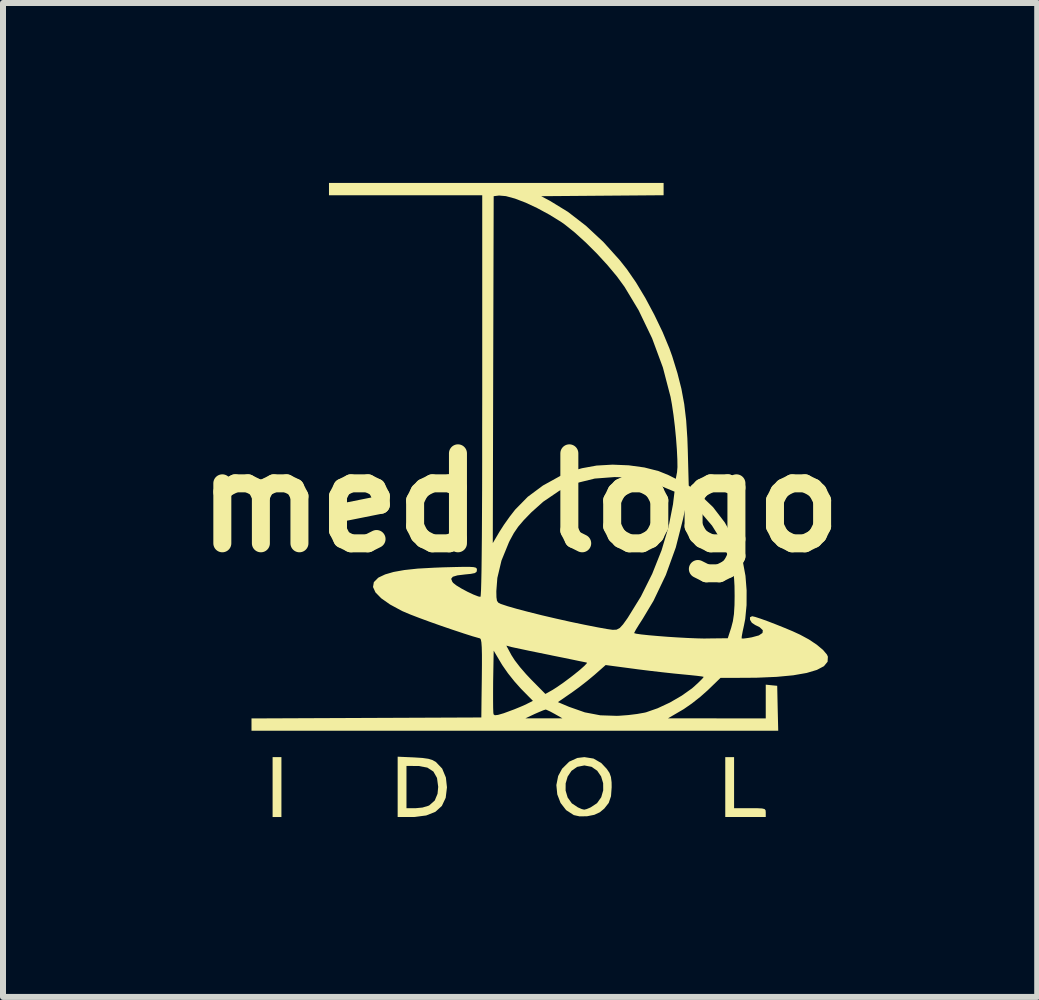
<source format=kicad_pcb>
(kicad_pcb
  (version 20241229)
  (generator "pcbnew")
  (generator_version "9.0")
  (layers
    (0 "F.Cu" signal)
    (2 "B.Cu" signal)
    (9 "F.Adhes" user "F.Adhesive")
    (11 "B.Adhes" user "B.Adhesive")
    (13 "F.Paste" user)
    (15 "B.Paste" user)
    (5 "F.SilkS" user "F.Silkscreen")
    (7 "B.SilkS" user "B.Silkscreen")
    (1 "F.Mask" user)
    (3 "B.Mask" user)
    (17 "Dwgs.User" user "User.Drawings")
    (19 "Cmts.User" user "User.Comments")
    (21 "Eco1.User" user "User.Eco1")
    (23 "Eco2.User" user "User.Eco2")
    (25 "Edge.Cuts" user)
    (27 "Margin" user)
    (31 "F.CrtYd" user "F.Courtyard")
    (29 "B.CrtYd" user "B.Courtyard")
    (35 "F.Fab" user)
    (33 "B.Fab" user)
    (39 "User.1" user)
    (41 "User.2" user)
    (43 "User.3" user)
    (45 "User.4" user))
  (footprint "med logo"
    (layer "F.Cu")
    (at 5.621 5.33)
    (property "Reference" "med logo" (at 0 0 0) (layer "F.SilkS") (effects (font (size 1.5 1.5) (thickness 0.3))))
    (attr board_only exclude_from_pos_files exclude_from_bom)
    (fp_poly (pts (xy -3.979 4.742) (xy -3.979 5.242) (xy -4.052 5.242) (xy -4.126 5.242) (xy -4.126 4.742) (xy -4.126 4.243) (xy -4.052 4.243) (xy -3.979 4.243)) (stroke (width 0) (type solid)) (fill yes) (layer "F.SilkS"))
    (fp_poly (pts (xy 3.568 4.669) (xy 3.568 5.095) (xy 3.832 5.095) (xy 3.957 5.095) (xy 4.035 5.099) (xy 4.076 5.109) (xy 4.093 5.129) (xy 4.096 5.162) (xy 4.096 5.168) (xy 4.096 5.242) (xy 3.759 5.242) (xy 3.421 5.242) (xy 3.421 4.742) (xy 3.421 4.243) (xy 3.494 4.243) (xy 3.568 4.243)) (stroke (width 0) (type solid)) (fill yes) (layer "F.SilkS"))
    (fp_poly (pts (xy -1.768 4.248) (xy -1.627 4.257) (xy -1.529 4.271) (xy -1.459 4.293) (xy -1.404 4.324) (xy -1.299 4.434) (xy -1.237 4.583) (xy -1.219 4.747) (xy -1.24 4.921) (xy -1.304 5.057) (xy -1.412 5.155) (xy -1.565 5.216) (xy -1.765 5.241) (xy -1.812 5.242) (xy -2.041 5.242) (xy -2.041 4.742) (xy -1.894 4.742) (xy -1.894 5.095) (xy -1.744 5.095) (xy -1.628 5.084) (xy -1.53 5.055) (xy -1.512 5.046) (xy -1.423 4.967) (xy -1.376 4.854) (xy -1.365 4.739) (xy -1.385 4.59) (xy -1.445 4.484) (xy -1.546 4.418) (xy -1.692 4.391) (xy -1.725 4.391) (xy -1.894 4.39) (xy -1.894 4.742) (xy -2.041 4.742) (xy -2.041 4.739) (xy -2.041 4.236)) (stroke (width 0) (type solid)) (fill yes) (layer "F.SilkS"))
    (fp_poly (pts (xy 1.224 4.267) (xy 1.354 4.342) (xy 1.445 4.439) (xy 1.491 4.507) (xy 1.515 4.575) (xy 1.526 4.663) (xy 1.527 4.745) (xy 1.516 4.895) (xy 1.478 5.007) (xy 1.403 5.102) (xy 1.329 5.163) (xy 1.238 5.205) (xy 1.117 5.229) (xy 0.993 5.231) (xy 0.896 5.21) (xy 0.768 5.127) (xy 0.675 5.007) (xy 0.62 4.864) (xy 0.614 4.801) (xy 0.759 4.801) (xy 0.793 4.916) (xy 0.863 5.014) (xy 0.964 5.081) (xy 1.03 5.11) (xy 1.07 5.119) (xy 1.111 5.109) (xy 1.175 5.082) (xy 1.283 5.011) (xy 1.353 4.912) (xy 1.386 4.797) (xy 1.385 4.678) (xy 1.351 4.565) (xy 1.286 4.47) (xy 1.192 4.405) (xy 1.072 4.382) (xy 0.951 4.406) (xy 0.857 4.472) (xy 0.793 4.568) (xy 0.76 4.681) (xy 0.759 4.801) (xy 0.614 4.801) (xy 0.605 4.709) (xy 0.635 4.558) (xy 0.701 4.436) (xy 0.819 4.319) (xy 0.955 4.257) (xy 1.072 4.243)) (stroke (width 0) (type solid)) (fill yes) (layer "F.SilkS"))
    (fp_poly (pts (xy 2.393 -5.227) (xy 2.393 -5.125) (xy 1.373 -5.117) (xy 0.352 -5.109) (xy 0.499 -5.031) (xy 0.799 -4.847) (xy 1.099 -4.615) (xy 1.39 -4.344) (xy 1.661 -4.043) (xy 1.781 -3.891) (xy 1.933 -3.671) (xy 2.089 -3.411) (xy 2.239 -3.13) (xy 2.376 -2.845) (xy 2.489 -2.573) (xy 2.537 -2.439) (xy 2.624 -2.157) (xy 2.69 -1.897) (xy 2.737 -1.642) (xy 2.769 -1.373) (xy 2.789 -1.073) (xy 2.796 -0.876) (xy 2.812 -0.284) (xy 2.995 -0.137) (xy 3.217 0.075) (xy 3.413 0.331) (xy 3.574 0.617) (xy 3.694 0.922) (xy 3.719 1.01) (xy 3.758 1.221) (xy 3.777 1.463) (xy 3.776 1.71) (xy 3.754 1.94) (xy 3.732 2.052) (xy 3.71 2.153) (xy 3.696 2.229) (xy 3.694 2.265) (xy 3.695 2.265) (xy 3.727 2.266) (xy 3.798 2.257) (xy 3.862 2.246) (xy 3.981 2.214) (xy 4.042 2.173) (xy 4.047 2.127) (xy 3.994 2.077) (xy 3.919 2.04) (xy 3.864 2.003) (xy 3.834 1.954) (xy 3.833 1.912) (xy 3.868 1.894) (xy 3.869 1.894) (xy 3.918 1.905) (xy 4.01 1.935) (xy 4.13 1.978) (xy 4.267 2.031) (xy 4.409 2.088) (xy 4.543 2.144) (xy 4.656 2.196) (xy 4.667 2.201) (xy 4.815 2.281) (xy 4.947 2.369) (xy 5.051 2.456) (xy 5.116 2.533) (xy 5.132 2.568) (xy 5.127 2.653) (xy 5.066 2.727) (xy 4.949 2.789) (xy 4.778 2.84) (xy 4.554 2.879) (xy 4.278 2.905) (xy 3.951 2.919) (xy 3.756 2.921) (xy 3.342 2.922) (xy 3.129 3.128) (xy 3.005 3.238) (xy 2.864 3.349) (xy 2.73 3.442) (xy 2.691 3.465) (xy 2.467 3.596) (xy 3.281 3.597) (xy 4.096 3.597) (xy 4.096 3.316) (xy 4.096 3.035) (xy 4.192 3.045) (xy 4.287 3.054) (xy 4.295 3.428) (xy 4.304 3.803) (xy -0.087 3.803) (xy -4.478 3.803) (xy -4.478 3.7) (xy -4.478 3.598) (xy -4.225 3.597) (xy 0.088 3.597) (xy 0.396 3.596) (xy 0.705 3.596) (xy 0.577 3.523) (xy 0.499 3.481) (xy 0.442 3.455) (xy 0.426 3.45) (xy 0.388 3.462) (xy 0.316 3.492) (xy 0.245 3.523) (xy 0.088 3.597) (xy -4.225 3.597) (xy -2.562 3.59) (xy -0.646 3.582) (xy -0.643 3.3) (xy -0.45 3.3) (xy -0.449 3.42) (xy -0.446 3.501) (xy -0.442 3.53) (xy -0.42 3.545) (xy -0.367 3.539) (xy -0.274 3.512) (xy -0.214 3.49) (xy -0.093 3.445) (xy 0.021 3.398) (xy 0.105 3.361) (xy 0.107 3.359) (xy 0.173 3.326) (xy 0.631 3.326) (xy 0.815 3.404) (xy 1.08 3.497) (xy 1.338 3.546) (xy 1.614 3.555) (xy 1.659 3.553) (xy 1.805 3.542) (xy 1.95 3.524) (xy 2.069 3.503) (xy 2.1 3.496) (xy 2.292 3.429) (xy 2.498 3.333) (xy 2.696 3.218) (xy 2.865 3.098) (xy 2.901 3.067) (xy 2.98 2.994) (xy 3.037 2.937) (xy 3.061 2.907) (xy 3.061 2.905) (xy 3.03 2.898) (xy 2.952 2.888) (xy 2.839 2.876) (xy 2.715 2.864) (xy 2.561 2.849) (xy 2.37 2.828) (xy 2.163 2.804) (xy 1.961 2.779) (xy 1.903 2.771) (xy 1.427 2.708) (xy 1.242 2.871) (xy 1.123 2.97) (xy 0.983 3.079) (xy 0.852 3.174) (xy 0.844 3.179) (xy 0.631 3.326) (xy 0.173 3.326) (xy 0.214 3.305) (xy 0.015 3.103) (xy -0.093 2.982) (xy -0.203 2.844) (xy -0.294 2.713) (xy -0.312 2.684) (xy -0.44 2.468) (xy -0.449 2.98) (xy -0.45 3.149) (xy -0.45 3.3) (xy -0.643 3.3) (xy -0.638 2.928) (xy -0.636 2.706) (xy -0.636 2.536) (xy -0.639 2.413) (xy -0.641 2.384) (xy -0.229 2.384) (xy -0.144 2.543) (xy -0.088 2.63) (xy -0.002 2.742) (xy 0.101 2.861) (xy 0.181 2.946) (xy 0.422 3.19) (xy 0.543 3.122) (xy 0.618 3.074) (xy 0.723 3.001) (xy 0.84 2.914) (xy 0.903 2.865) (xy 0.999 2.787) (xy 1.071 2.723) (xy 1.111 2.681) (xy 1.115 2.668) (xy 1.079 2.66) (xy 0.994 2.643) (xy 0.87 2.617) (xy 0.715 2.585) (xy 0.54 2.55) (xy 0.499 2.541) (xy 0.317 2.504) (xy 0.15 2.47) (xy 0.01 2.44) (xy -0.095 2.418) (xy -0.154 2.405) (xy -0.158 2.403) (xy -0.229 2.384) (xy -0.641 2.384) (xy -0.645 2.33) (xy -0.654 2.283) (xy -0.666 2.265) (xy -0.667 2.264) (xy -0.79 2.229) (xy -0.947 2.179) (xy -0.955 2.176) (xy 1.902 2.176) (xy 1.939 2.186) (xy 2.023 2.198) (xy 2.146 2.211) (xy 2.295 2.224) (xy 2.46 2.237) (xy 2.632 2.248) (xy 2.798 2.257) (xy 2.95 2.263) (xy 3.075 2.266) (xy 3.111 2.265) (xy 3.463 2.261) (xy 3.52 2.085) (xy 3.548 1.978) (xy 3.566 1.857) (xy 3.575 1.707) (xy 3.577 1.556) (xy 3.575 1.391) (xy 3.568 1.265) (xy 3.553 1.159) (xy 3.527 1.055) (xy 3.5 0.969) (xy 3.372 0.659) (xy 3.2 0.383) (xy 3.002 0.151) (xy 2.916 0.065) (xy 2.846 0.000122) (xy 2.802 -0.036) (xy 2.791 -0.041) (xy 2.78 -0.008) (xy 2.762 0.069) (xy 2.737 0.178) (xy 2.717 0.273) (xy 2.596 0.748) (xy 2.43 1.207) (xy 2.225 1.636) (xy 2.045 1.937) (xy 1.98 2.038) (xy 1.931 2.118) (xy 1.905 2.167) (xy 1.902 2.176) (xy -0.955 2.176) (xy -1.127 2.119) (xy -1.317 2.054) (xy -1.506 1.987) (xy -1.68 1.923) (xy -1.828 1.866) (xy -1.937 1.82) (xy -1.967 1.807) (xy -2.167 1.699) (xy -2.315 1.595) (xy -2.411 1.497) (xy -2.452 1.407) (xy -2.438 1.326) (xy -2.368 1.255) (xy -2.358 1.248) (xy -2.25 1.197) (xy -2.109 1.156) (xy -1.93 1.124) (xy -1.707 1.1) (xy -1.434 1.085) (xy -1.285 1.079) (xy -1.09 1.074) (xy -0.945 1.071) (xy -0.845 1.071) (xy -0.779 1.075) (xy -0.742 1.083) (xy -0.725 1.095) (xy -0.72 1.113) (xy -0.719 1.122) (xy -0.726 1.155) (xy -0.756 1.175) (xy -0.821 1.188) (xy -0.913 1.197) (xy -1.045 1.213) (xy -1.122 1.236) (xy -1.149 1.271) (xy -1.13 1.319) (xy -1.114 1.34) (xy -1.063 1.38) (xy -0.978 1.432) (xy -0.877 1.486) (xy -0.777 1.533) (xy -0.697 1.564) (xy -0.661 1.571) (xy -0.656 1.544) (xy -0.652 1.476) (xy -0.396 1.476) (xy -0.394 1.578) (xy -0.385 1.637) (xy -0.362 1.669) (xy -0.32 1.69) (xy -0.316 1.691) (xy -0.205 1.728) (xy -0.048 1.773) (xy 0.146 1.824) (xy 0.366 1.879) (xy 0.602 1.934) (xy 0.843 1.988) (xy 1.078 2.037) (xy 1.297 2.08) (xy 1.454 2.108) (xy 1.544 2.121) (xy 1.609 2.118) (xy 1.662 2.09) (xy 1.717 2.03) (xy 1.788 1.931) (xy 1.798 1.916) (xy 2.014 1.566) (xy 2.203 1.187) (xy 2.359 0.795) (xy 2.476 0.403) (xy 2.55 0.026) (xy 2.555 -0.018) (xy 2.575 -0.183) (xy 2.359 -0.272) (xy 2.143 -0.351) (xy 1.942 -0.399) (xy 1.73 -0.422) (xy 1.574 -0.426) (xy 1.245 -0.401) (xy 0.94 -0.326) (xy 0.655 -0.198) (xy 0.386 -0.015) (xy 0.187 0.163) (xy 0.062 0.292) (xy -0.031 0.401) (xy -0.104 0.508) (xy -0.171 0.631) (xy -0.186 0.662) (xy -0.31 0.966) (xy -0.379 1.256) (xy -0.396 1.476) (xy -0.652 1.476) (xy -0.651 1.462) (xy -0.647 1.324) (xy -0.643 1.131) (xy -0.64 0.882) (xy -0.638 0.675) (xy -0.455 0.675) (xy -0.345 0.488) (xy -0.268 0.368) (xy -0.173 0.234) (xy -0.082 0.117) (xy 0.128 -0.097) (xy 0.381 -0.285) (xy 0.663 -0.441) (xy 0.961 -0.554) (xy 1.034 -0.574) (xy 1.276 -0.618) (xy 1.541 -0.633) (xy 1.812 -0.622) (xy 2.073 -0.586) (xy 2.309 -0.526) (xy 2.478 -0.457) (xy 2.596 -0.397) (xy 2.617 -0.507) (xy 2.624 -0.592) (xy 2.622 -0.724) (xy 2.614 -0.888) (xy 2.6 -1.074) (xy 2.581 -1.269) (xy 2.558 -1.46) (xy 2.532 -1.635) (xy 2.509 -1.762) (xy 2.381 -2.253) (xy 2.201 -2.74) (xy 1.976 -3.208) (xy 1.742 -3.597) (xy 1.615 -3.771) (xy 1.457 -3.96) (xy 1.279 -4.154) (xy 1.093 -4.339) (xy 0.911 -4.504) (xy 0.745 -4.637) (xy 0.69 -4.676) (xy 0.49 -4.8) (xy 0.287 -4.91) (xy 0.093 -5.001) (xy -0.085 -5.069) (xy -0.236 -5.11) (xy -0.35 -5.12) (xy -0.358 -5.119) (xy -0.44 -5.109) (xy -0.448 -2.217) (xy -0.455 0.675) (xy -0.638 0.675) (xy -0.637 0.577) (xy -0.635 0.214) (xy -0.633 -0.205) (xy -0.632 -0.682) (xy -0.632 -1.217) (xy -0.631 -1.777) (xy -0.631 -5.124) (xy -1.909 -5.124) (xy -3.186 -5.124) (xy -3.186 -5.227) (xy -3.186 -5.33) (xy -0.396 -5.33) (xy 2.393 -5.33)) (stroke (width 0) (type solid)) (fill yes) (layer "F.SilkS")))
  (gr_rect
    (start -3 -3)
    (end 14.243 13.571)
    (stroke (width 0.1) (type default))
    (fill no)
    (layer "Edge.Cuts")))
</source>
